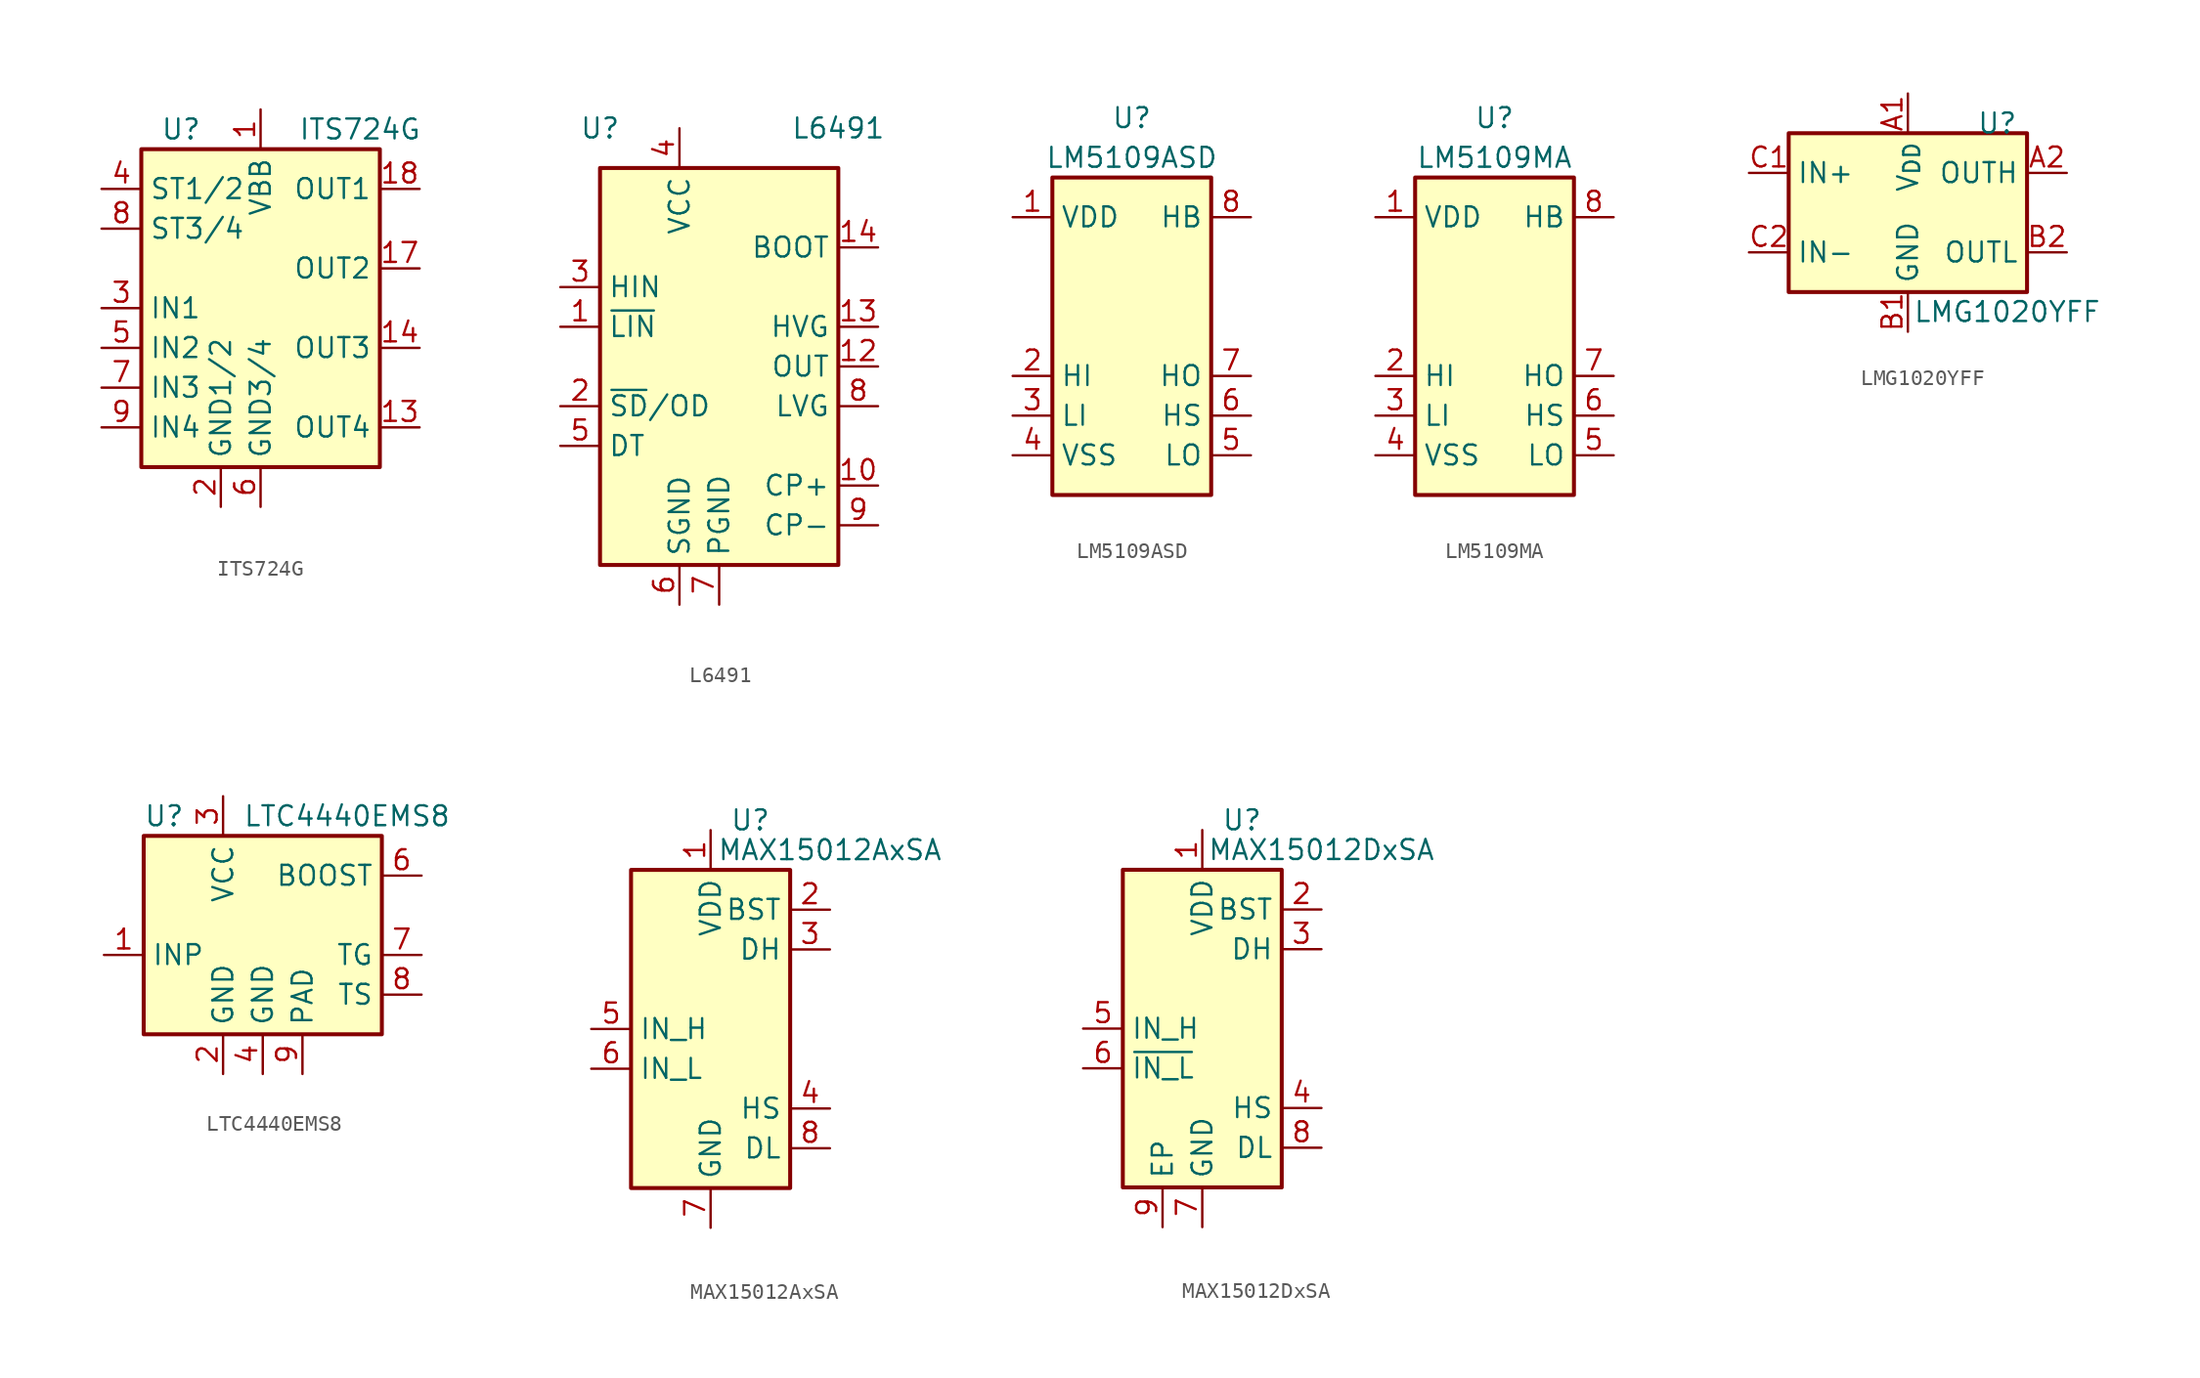
<source format=kicad_sym>
(kicad_symbol_lib
  (version 20241209)
  (generator "kicad_symbol_editor")
  (generator_version "9.0")
  (symbol "ITS724G"
    (property "Reference" "U"
      (at -5.08 11.43 0)
      (effects (font (size 1.27 1.27))))
    (property "Value" "ITS724G"
      (at 6.35 11.43 0)
      (effects (font (size 1.27 1.27))))
    (symbol "ITS724G_0_1"
      (rectangle (start -7.62 10.16) (end 7.62 -10.16) (stroke (width 0.254) (type default)) (fill (type background))))
    (symbol "ITS724G_1_1"
      (pin open_collector line (at -10.16 7.62 0) (length 2.54) (name "ST1/2" (effects (font (size 1.27 1.27)))) (number "4" (effects (font (size 1.27 1.27)))))
      (pin open_collector line (at -10.16 5.08 0) (length 2.54) (name "ST3/4" (effects (font (size 1.27 1.27)))) (number "8" (effects (font (size 1.27 1.27)))))
      (pin input line (at -10.16 0 0) (length 2.54) (name "IN1" (effects (font (size 1.27 1.27)))) (number "3" (effects (font (size 1.27 1.27)))))
      (pin input line (at -10.16 -2.54 0) (length 2.54) (name "IN2" (effects (font (size 1.27 1.27)))) (number "5" (effects (font (size 1.27 1.27)))))
      (pin input line (at -10.16 -5.08 0) (length 2.54) (name "IN3" (effects (font (size 1.27 1.27)))) (number "7" (effects (font (size 1.27 1.27)))))
      (pin input line (at -10.16 -7.62 0) (length 2.54) (name "IN4" (effects (font (size 1.27 1.27)))) (number "9" (effects (font (size 1.27 1.27)))))
      (pin power_in line (at -2.54 -12.7 90) (length 2.54) (name "GND1/2" (effects (font (size 1.27 1.27)))) (number "2" (effects (font (size 1.27 1.27)))))
      (pin power_in line (at 0 12.7 270) (length 2.54) (name "VBB" (effects (font (size 1.27 1.27)))) (number "1" (effects (font (size 1.27 1.27)))))
      (pin passive line (at 0 12.7 270) (length 2.54) (hide yes) (name "VBB" (effects (font (size 1.27 1.27)))) (number "10" (effects (font (size 1.27 1.27)))))
      (pin passive line (at 0 12.7 270) (length 2.54) (hide yes) (name "VBB" (effects (font (size 1.27 1.27)))) (number "11" (effects (font (size 1.27 1.27)))))
      (pin passive line (at 0 12.7 270) (length 2.54) (hide yes) (name "VBB" (effects (font (size 1.27 1.27)))) (number "12" (effects (font (size 1.27 1.27)))))
      (pin passive line (at 0 12.7 270) (length 2.54) (hide yes) (name "VBB" (effects (font (size 1.27 1.27)))) (number "15" (effects (font (size 1.27 1.27)))))
      (pin passive line (at 0 12.7 270) (length 2.54) (hide yes) (name "VBB" (effects (font (size 1.27 1.27)))) (number "16" (effects (font (size 1.27 1.27)))))
      (pin passive line (at 0 12.7 270) (length 2.54) (hide yes) (name "VBB" (effects (font (size 1.27 1.27)))) (number "19" (effects (font (size 1.27 1.27)))))
      (pin passive line (at 0 12.7 270) (length 2.54) (hide yes) (name "VBB" (effects (font (size 1.27 1.27)))) (number "20" (effects (font (size 1.27 1.27)))))
      (pin power_in line (at 0 -12.7 90) (length 2.54) (name "GND3/4" (effects (font (size 1.27 1.27)))) (number "6" (effects (font (size 1.27 1.27)))))
      (pin open_emitter line (at 10.16 7.62 180) (length 2.54) (name "OUT1" (effects (font (size 1.27 1.27)))) (number "18" (effects (font (size 1.27 1.27)))))
      (pin open_emitter line (at 10.16 2.54 180) (length 2.54) (name "OUT2" (effects (font (size 1.27 1.27)))) (number "17" (effects (font (size 1.27 1.27)))))
      (pin open_emitter line (at 10.16 -2.54 180) (length 2.54) (name "OUT3" (effects (font (size 1.27 1.27)))) (number "14" (effects (font (size 1.27 1.27)))))
      (pin open_emitter line (at 10.16 -7.62 180) (length 2.54) (name "OUT4" (effects (font (size 1.27 1.27)))) (number "13" (effects (font (size 1.27 1.27)))))))
  (symbol "L6491"
    (property "Reference" "U"
      (at -7.62 15.24 0)
      (effects (font (size 1.27 1.27))))
    (property "Value" "L6491"
      (at 7.62 15.24 0)
      (effects (font (size 1.27 1.27))))
    (symbol "L6491_0_1"
      (rectangle (start -7.62 -12.7) (end 7.62 12.7) (stroke (width 0.254) (type default)) (fill (type background))))
    (symbol "L6491_1_1"
      (pin input line (at -10.16 5.08 0) (length 2.54) (name "HIN" (effects (font (size 1.27 1.27)))) (number "3" (effects (font (size 1.27 1.27)))))
      (pin input line (at -10.16 2.54 0) (length 2.54) (name "~{LIN}" (effects (font (size 1.27 1.27)))) (number "1" (effects (font (size 1.27 1.27)))))
      (pin input line (at -10.16 -2.54 0) (length 2.54) (name "~{SD}/OD" (effects (font (size 1.27 1.27)))) (number "2" (effects (font (size 1.27 1.27)))))
      (pin input line (at -10.16 -5.08 0) (length 2.54) (name "DT" (effects (font (size 1.27 1.27)))) (number "5" (effects (font (size 1.27 1.27)))))
      (pin power_in line (at -2.54 15.24 270) (length 2.54) (name "VCC" (effects (font (size 1.27 1.27)))) (number "4" (effects (font (size 1.27 1.27)))))
      (pin power_in line (at -2.54 -15.24 90) (length 2.54) (name "SGND" (effects (font (size 1.27 1.27)))) (number "6" (effects (font (size 1.27 1.27)))))
      (pin power_in line (at 0 -15.24 90) (length 2.54) (name "PGND" (effects (font (size 1.27 1.27)))) (number "7" (effects (font (size 1.27 1.27)))))
      (pin no_connect line (at 7.62 -5.08 180) (length 2.54) (hide yes) (name "NC" (effects (font (size 1.27 1.27)))) (number "11" (effects (font (size 1.27 1.27)))))
      (pin passive line (at 10.16 7.62 180) (length 2.54) (name "BOOT" (effects (font (size 1.27 1.27)))) (number "14" (effects (font (size 1.27 1.27)))))
      (pin output line (at 10.16 2.54 180) (length 2.54) (name "HVG" (effects (font (size 1.27 1.27)))) (number "13" (effects (font (size 1.27 1.27)))))
      (pin input line (at 10.16 0 180) (length 2.54) (name "OUT" (effects (font (size 1.27 1.27)))) (number "12" (effects (font (size 1.27 1.27)))))
      (pin output line (at 10.16 -2.54 180) (length 2.54) (name "LVG" (effects (font (size 1.27 1.27)))) (number "8" (effects (font (size 1.27 1.27)))))
      (pin input line (at 10.16 -7.62 180) (length 2.54) (name "CP+" (effects (font (size 1.27 1.27)))) (number "10" (effects (font (size 1.27 1.27)))))
      (pin input line (at 10.16 -10.16 180) (length 2.54) (name "CP-" (effects (font (size 1.27 1.27)))) (number "9" (effects (font (size 1.27 1.27)))))))
  (symbol "LM5109ASD"
    (property "Reference" "U"
      (at 0 13.97 0)
      (effects (font (size 1.27 1.27))))
    (property "Value" "LM5109ASD"
      (at 0 11.43 0)
      (effects (font (size 1.27 1.27))))
    (symbol "LM5109ASD_0_1"
      (rectangle (start -5.08 -10.16) (end 5.08 10.16) (stroke (width 0.254) (type default)) (fill (type background))))
    (symbol "LM5109ASD_1_1"
      (pin power_in line (at -7.62 7.62 0) (length 2.54) (name "VDD" (effects (font (size 1.27 1.27)))) (number "1" (effects (font (size 1.27 1.27)))))
      (pin input line (at -7.62 -2.54 0) (length 2.54) (name "HI" (effects (font (size 1.27 1.27)))) (number "2" (effects (font (size 1.27 1.27)))))
      (pin input line (at -7.62 -5.08 0) (length 2.54) (name "LI" (effects (font (size 1.27 1.27)))) (number "3" (effects (font (size 1.27 1.27)))))
      (pin power_in line (at -7.62 -7.62 0) (length 2.54) (name "VSS" (effects (font (size 1.27 1.27)))) (number "4" (effects (font (size 1.27 1.27)))))
      (pin passive line (at -7.62 -7.62 0) (length 2.54) (hide yes) (name "VSS" (effects (font (size 1.27 1.27)))) (number "9" (effects (font (size 1.27 1.27)))))
      (pin passive line (at 7.62 7.62 180) (length 2.54) (name "HB" (effects (font (size 1.27 1.27)))) (number "8" (effects (font (size 1.27 1.27)))))
      (pin output line (at 7.62 -2.54 180) (length 2.54) (name "HO" (effects (font (size 1.27 1.27)))) (number "7" (effects (font (size 1.27 1.27)))))
      (pin passive line (at 7.62 -5.08 180) (length 2.54) (name "HS" (effects (font (size 1.27 1.27)))) (number "6" (effects (font (size 1.27 1.27)))))
      (pin output line (at 7.62 -7.62 180) (length 2.54) (name "LO" (effects (font (size 1.27 1.27)))) (number "5" (effects (font (size 1.27 1.27)))))))
  (symbol "LM5109MA"
    (property "Reference" "U"
      (at 0 13.97 0)
      (effects (font (size 1.27 1.27))))
    (property "Value" "LM5109MA"
      (at 0 11.43 0)
      (effects (font (size 1.27 1.27))))
    (symbol "LM5109MA_0_1"
      (rectangle (start -5.08 -10.16) (end 5.08 10.16) (stroke (width 0.254) (type default)) (fill (type background))))
    (symbol "LM5109MA_1_1"
      (pin power_in line (at -7.62 7.62 0) (length 2.54) (name "VDD" (effects (font (size 1.27 1.27)))) (number "1" (effects (font (size 1.27 1.27)))))
      (pin input line (at -7.62 -2.54 0) (length 2.54) (name "HI" (effects (font (size 1.27 1.27)))) (number "2" (effects (font (size 1.27 1.27)))))
      (pin input line (at -7.62 -5.08 0) (length 2.54) (name "LI" (effects (font (size 1.27 1.27)))) (number "3" (effects (font (size 1.27 1.27)))))
      (pin power_in line (at -7.62 -7.62 0) (length 2.54) (name "VSS" (effects (font (size 1.27 1.27)))) (number "4" (effects (font (size 1.27 1.27)))))
      (pin passive line (at 7.62 7.62 180) (length 2.54) (name "HB" (effects (font (size 1.27 1.27)))) (number "8" (effects (font (size 1.27 1.27)))))
      (pin output line (at 7.62 -2.54 180) (length 2.54) (name "HO" (effects (font (size 1.27 1.27)))) (number "7" (effects (font (size 1.27 1.27)))))
      (pin passive line (at 7.62 -5.08 180) (length 2.54) (name "HS" (effects (font (size 1.27 1.27)))) (number "6" (effects (font (size 1.27 1.27)))))
      (pin output line (at 7.62 -7.62 180) (length 2.54) (name "LO" (effects (font (size 1.27 1.27)))) (number "5" (effects (font (size 1.27 1.27)))))))
  (symbol "LMG1020YFF"
    (property "Reference" "U"
      (at 5.715 5.715 0)
      (effects (font (size 1.27 1.27))))
    (property "Value" "LMG1020YFF"
      (at 6.35 -6.35 0)
      (effects (font (size 1.27 1.27))))
    (symbol "LMG1020YFF_0_1"
      (rectangle (start -7.62 5.08) (end 7.62 -5.08) (stroke (width 0.254) (type default)) (fill (type background))))
    (symbol "LMG1020YFF_1_1"
      (pin input line (at -10.16 2.54 0) (length 2.54) (name "IN+" (effects (font (size 1.27 1.27)))) (number "C1" (effects (font (size 1.27 1.27)))))
      (pin input line (at -10.16 -2.54 0) (length 2.54) (name "IN-" (effects (font (size 1.27 1.27)))) (number "C2" (effects (font (size 1.27 1.27)))))
      (pin power_in line (at 0 7.62 270) (length 2.54) (name "V_{DD}" (effects (font (size 1.27 1.27)))) (number "A1" (effects (font (size 1.27 1.27)))))
      (pin power_in line (at 0 -7.62 90) (length 2.54) (name "GND" (effects (font (size 1.27 1.27)))) (number "B1" (effects (font (size 1.27 1.27)))))
      (pin output line (at 10.16 2.54 180) (length 2.54) (name "OUTH" (effects (font (size 1.27 1.27)))) (number "A2" (effects (font (size 1.27 1.27)))))
      (pin output line (at 10.16 -2.54 180) (length 2.54) (name "OUTL" (effects (font (size 1.27 1.27)))) (number "B2" (effects (font (size 1.27 1.27)))))))
  (symbol "LTC4440EMS8"
    (property "Reference" "U"
      (at -7.62 8.89 0)
      (effects (font (size 1.27 1.27)) (justify left)))
    (property "Value" "LTC4440EMS8"
      (at -1.27 8.89 0)
      (effects (font (size 1.27 1.27)) (justify left)))
    (symbol "LTC4440EMS8_0_1"
      (rectangle (start -7.62 7.62) (end 7.62 -5.08) (stroke (width 0.254) (type default)) (fill (type background))))
    (symbol "LTC4440EMS8_1_1"
      (pin input line (at -10.16 0 0) (length 2.54) (name "INP" (effects (font (size 1.27 1.27)))) (number "1" (effects (font (size 1.27 1.27)))))
      (pin no_connect line (at -5.08 -5.08 90) (length 2.54) (hide yes) (name "NC" (effects (font (size 1.27 1.27)))) (number "5" (effects (font (size 1.27 1.27)))))
      (pin power_in line (at -2.54 10.16 270) (length 2.54) (name "VCC" (effects (font (size 1.27 1.27)))) (number "3" (effects (font (size 1.27 1.27)))))
      (pin power_in line (at -2.54 -7.62 90) (length 2.54) (name "GND" (effects (font (size 1.27 1.27)))) (number "2" (effects (font (size 1.27 1.27)))))
      (pin power_in line (at 0 -7.62 90) (length 2.54) (name "GND" (effects (font (size 1.27 1.27)))) (number "4" (effects (font (size 1.27 1.27)))))
      (pin power_in line (at 2.54 -7.62 90) (length 2.54) (name "PAD" (effects (font (size 1.27 1.27)))) (number "9" (effects (font (size 1.27 1.27)))))
      (pin input line (at 10.16 5.08 180) (length 2.54) (name "BOOST" (effects (font (size 1.27 1.27)))) (number "6" (effects (font (size 1.27 1.27)))))
      (pin output line (at 10.16 0 180) (length 2.54) (name "TG" (effects (font (size 1.27 1.27)))) (number "7" (effects (font (size 1.27 1.27)))))
      (pin input line (at 10.16 -2.54 180) (length 2.54) (name "TS" (effects (font (size 1.27 1.27)))) (number "8" (effects (font (size 1.27 1.27)))))))
  (symbol "MAX15012AxSA"
    (property "Reference" "U"
      (at 2.54 13.335 0)
      (effects (font (size 1.27 1.27))))
    (property "Value" "MAX15012AxSA"
      (at 7.62 11.43 0)
      (effects (font (size 1.27 1.27))))
    (symbol "MAX15012AxSA_0_1"
      (rectangle (start -5.08 -10.16) (end 5.08 10.16) (stroke (width 0.254) (type default)) (fill (type background))))
    (symbol "MAX15012AxSA_1_1"
      (pin input line (at -7.62 0 0) (length 2.54) (name "IN_H" (effects (font (size 1.27 1.27)))) (number "5" (effects (font (size 1.27 1.27)))))
      (pin input line (at -7.62 -2.54 0) (length 2.54) (name "IN_L" (effects (font (size 1.27 1.27)))) (number "6" (effects (font (size 1.27 1.27)))))
      (pin power_in line (at 0 12.7 270) (length 2.54) (name "VDD" (effects (font (size 1.27 1.27)))) (number "1" (effects (font (size 1.27 1.27)))))
      (pin power_in line (at 0 -12.7 90) (length 2.54) (name "GND" (effects (font (size 1.27 1.27)))) (number "7" (effects (font (size 1.27 1.27)))))
      (pin power_in line (at 7.62 7.62 180) (length 2.54) (name "BST" (effects (font (size 1.27 1.27)))) (number "2" (effects (font (size 1.27 1.27)))))
      (pin output line (at 7.62 5.08 180) (length 2.54) (name "DH" (effects (font (size 1.27 1.27)))) (number "3" (effects (font (size 1.27 1.27)))))
      (pin passive line (at 7.62 -5.08 180) (length 2.54) (name "HS" (effects (font (size 1.27 1.27)))) (number "4" (effects (font (size 1.27 1.27)))))
      (pin output line (at 7.62 -7.62 180) (length 2.54) (name "DL" (effects (font (size 1.27 1.27)))) (number "8" (effects (font (size 1.27 1.27)))))))
  (symbol "MAX15012DxSA"
    (property "Reference" "U"
      (at 2.54 13.335 0)
      (effects (font (size 1.27 1.27))))
    (property "Value" "MAX15012DxSA"
      (at 7.62 11.43 0)
      (effects (font (size 1.27 1.27))))
    (symbol "MAX15012DxSA_0_1"
      (rectangle (start -5.08 -10.16) (end 5.08 10.16) (stroke (width 0.254) (type default)) (fill (type background))))
    (symbol "MAX15012DxSA_1_1"
      (pin input line (at -7.62 0 0) (length 2.54) (name "IN_H" (effects (font (size 1.27 1.27)))) (number "5" (effects (font (size 1.27 1.27)))))
      (pin input line (at -7.62 -2.54 0) (length 2.54) (name "~{IN_L}" (effects (font (size 1.27 1.27)))) (number "6" (effects (font (size 1.27 1.27)))))
      (pin output line (at -2.54 -12.7 90) (length 2.54) (name "EP" (effects (font (size 1.27 1.27)))) (number "9" (effects (font (size 1.27 1.27)))))
      (pin power_in line (at 0 12.7 270) (length 2.54) (name "VDD" (effects (font (size 1.27 1.27)))) (number "1" (effects (font (size 1.27 1.27)))))
      (pin power_in line (at 0 -12.7 90) (length 2.54) (name "GND" (effects (font (size 1.27 1.27)))) (number "7" (effects (font (size 1.27 1.27)))))
      (pin power_in line (at 7.62 7.62 180) (length 2.54) (name "BST" (effects (font (size 1.27 1.27)))) (number "2" (effects (font (size 1.27 1.27)))))
      (pin output line (at 7.62 5.08 180) (length 2.54) (name "DH" (effects (font (size 1.27 1.27)))) (number "3" (effects (font (size 1.27 1.27)))))
      (pin passive line (at 7.62 -5.08 180) (length 2.54) (name "HS" (effects (font (size 1.27 1.27)))) (number "4" (effects (font (size 1.27 1.27)))))
      (pin output line (at 7.62 -7.62 180) (length 2.54) (name "DL" (effects (font (size 1.27 1.27)))) (number "8" (effects (font (size 1.27 1.27))))))))
</source>
